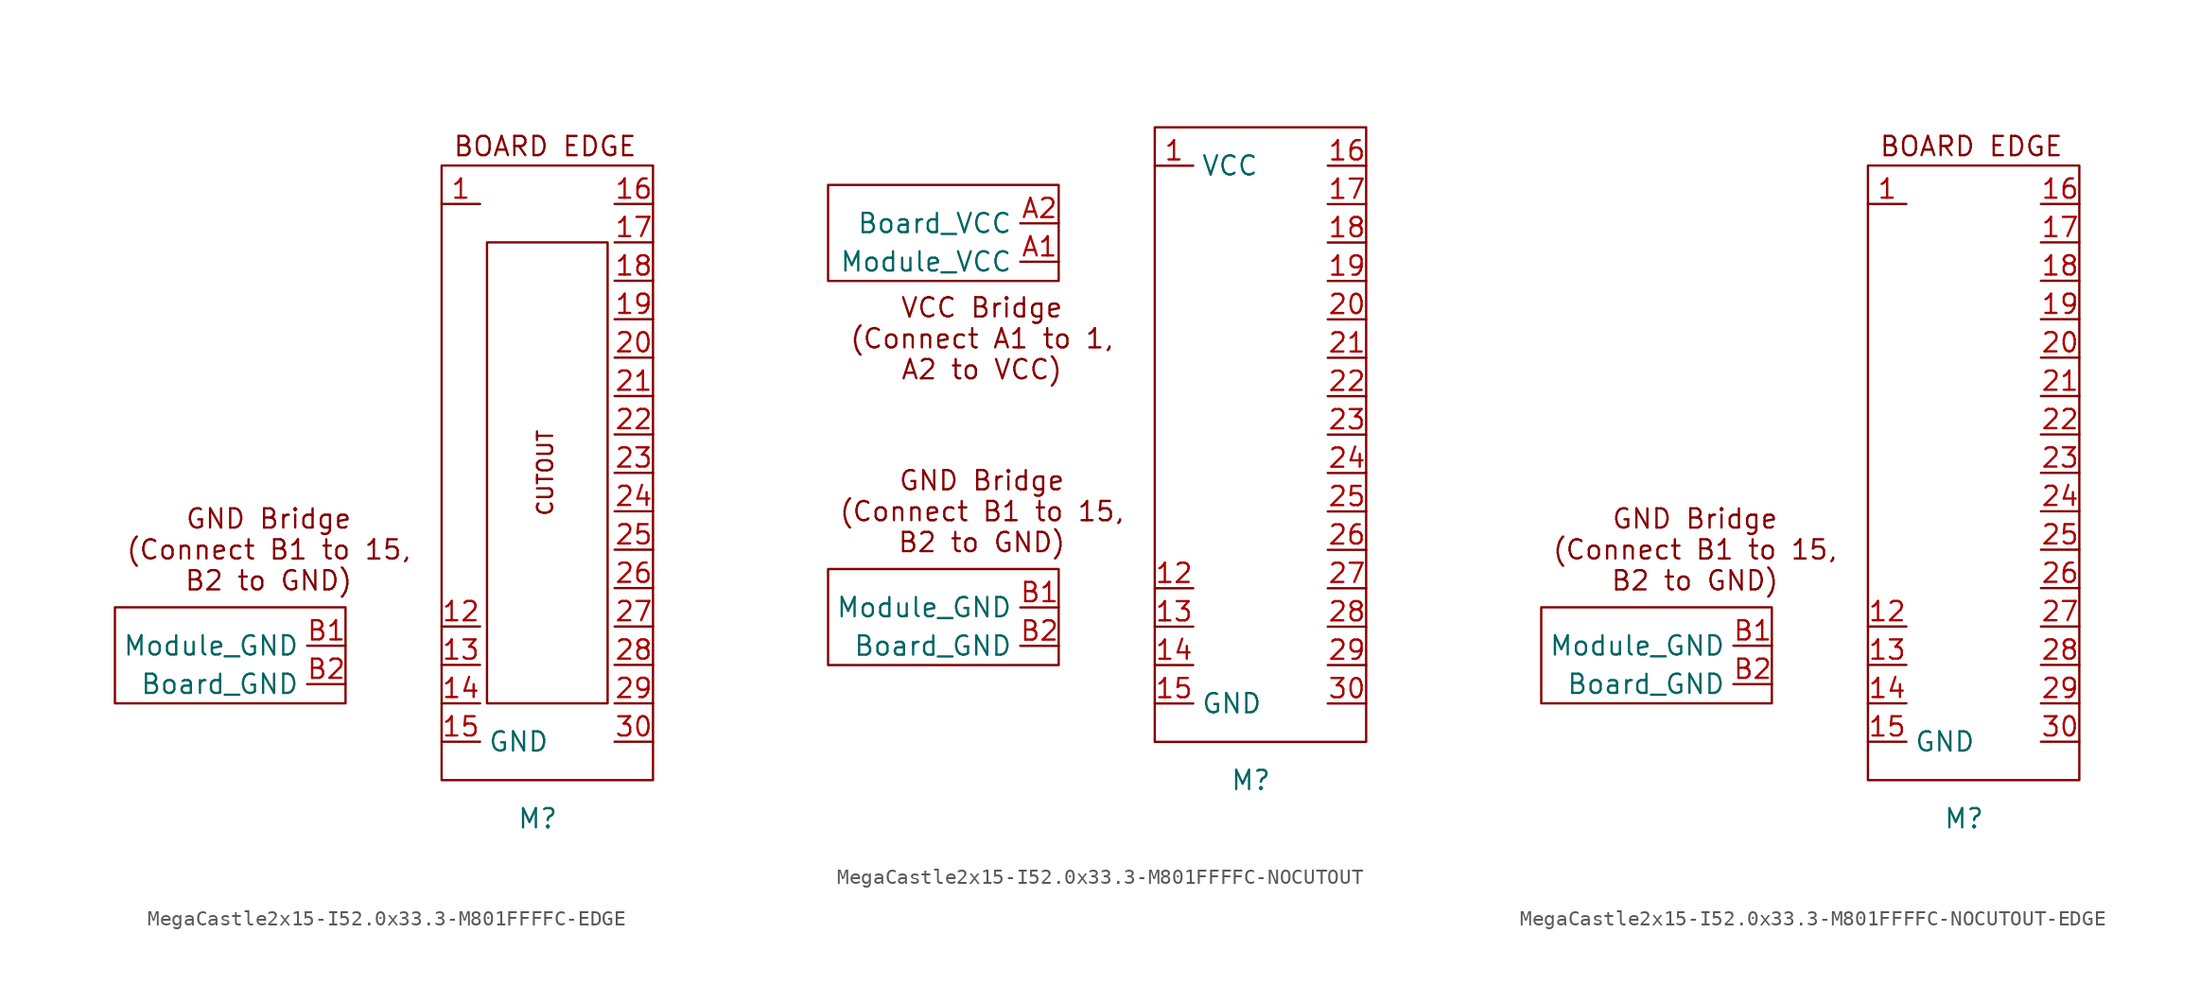
<source format=kicad_sym>
(kicad_symbol_lib
  (version 20241209)
  (generator "kicad_symbol_editor")
  (generator_version "9.0")
  (symbol "MegaCastle2x15-I52.0x33.3-M801FFFFC-EDGE"
    (property "Reference" "M"
      (at 0 -22.86 0)
      (effects (font (size 1.27 1.27))))
    (property "Value" ""
      (at 0 5.08 0)
      (effects (font (size 1.27 1.27))))
    (symbol "MegaCastle2x15-I52.0x33.3-M801FFFFC-EDGE_0_1"
      (rectangle (start -27.94 -8.89) (end -12.7 -15.24) (stroke (width 0) (type default)) (fill (type none)))
      (rectangle (start -6.35 20.32) (end 7.62 -20.32) (stroke (width 0) (type default)) (fill (type none)))
      (rectangle (start -3.35 15.24) (end 4.62 -15.24) (stroke (width 0) (type default)) (fill (type none))))
    (symbol "MegaCastle2x15-I52.0x33.3-M801FFFFC-EDGE_1_1"
      (text "GND Bridge\n(Connect B1 to 15,\nB2 to GND)" (at -17.78 -5.08 0) (effects (font (size 1.27 1.27))))
      (text " BOARD EDGE" (at 0 21.59 0) (effects (font (size 1.27 1.27))))
      (text "CUTOUT" (at 0.5 0 900) (effects (font (size 1 1))))
      (pin bidirectional line (at -12.7 -11.43 180) (length 2.54) (name "Module_GND" (effects (font (size 1.27 1.27)))) (number "B1" (effects (font (size 1.27 1.27)))))
      (pin bidirectional line (at -12.7 -13.97 180) (length 2.54) (name "Board_GND" (effects (font (size 1.27 1.27)))) (number "B2" (effects (font (size 1.27 1.27)))))
      (pin bidirectional line (at -6.35 17.78 0) (length 2.54) (name "" (effects (font (size 1.27 1.27)))) (number "1" (effects (font (size 1.27 1.27)))))
      (pin bidirectional line (at -6.35 -10.16 0) (length 2.54) (name "" (effects (font (size 1.27 1.27)))) (number "12" (effects (font (size 1.27 1.27)))))
      (pin bidirectional line (at -6.35 -12.7 0) (length 2.54) (name "" (effects (font (size 1.27 1.27)))) (number "13" (effects (font (size 1.27 1.27)))))
      (pin bidirectional line (at -6.35 -15.24 0) (length 2.54) (name "" (effects (font (size 1.27 1.27)))) (number "14" (effects (font (size 1.27 1.27)))))
      (pin bidirectional line (at -6.35 -17.78 0) (length 2.54) (name "GND" (effects (font (size 1.27 1.27)))) (number "15" (effects (font (size 1.27 1.27)))))
      (pin bidirectional line (at 7.62 17.78 180) (length 2.54) (name "" (effects (font (size 1.27 1.27)))) (number "16" (effects (font (size 1.27 1.27)))))
      (pin bidirectional line (at 7.62 15.24 180) (length 2.54) (name "" (effects (font (size 1.27 1.27)))) (number "17" (effects (font (size 1.27 1.27)))))
      (pin bidirectional line (at 7.62 12.7 180) (length 2.54) (name "" (effects (font (size 1.27 1.27)))) (number "18" (effects (font (size 1.27 1.27)))))
      (pin bidirectional line (at 7.62 10.16 180) (length 2.54) (name "" (effects (font (size 1.27 1.27)))) (number "19" (effects (font (size 1.27 1.27)))))
      (pin bidirectional line (at 7.62 7.62 180) (length 2.54) (name "" (effects (font (size 1.27 1.27)))) (number "20" (effects (font (size 1.27 1.27)))))
      (pin bidirectional line (at 7.62 5.08 180) (length 2.54) (name "" (effects (font (size 1.27 1.27)))) (number "21" (effects (font (size 1.27 1.27)))))
      (pin bidirectional line (at 7.62 2.54 180) (length 2.54) (name "" (effects (font (size 1.27 1.27)))) (number "22" (effects (font (size 1.27 1.27)))))
      (pin bidirectional line (at 7.62 0 180) (length 2.54) (name "" (effects (font (size 1.27 1.27)))) (number "23" (effects (font (size 1.27 1.27)))))
      (pin bidirectional line (at 7.62 -2.54 180) (length 2.54) (name "" (effects (font (size 1.27 1.27)))) (number "24" (effects (font (size 1.27 1.27)))))
      (pin bidirectional line (at 7.62 -5.08 180) (length 2.54) (name "" (effects (font (size 1.27 1.27)))) (number "25" (effects (font (size 1.27 1.27)))))
      (pin bidirectional line (at 7.62 -7.62 180) (length 2.54) (name "" (effects (font (size 1.27 1.27)))) (number "26" (effects (font (size 1.27 1.27)))))
      (pin bidirectional line (at 7.62 -10.16 180) (length 2.54) (name "" (effects (font (size 1.27 1.27)))) (number "27" (effects (font (size 1.27 1.27)))))
      (pin bidirectional line (at 7.62 -12.7 180) (length 2.54) (name "" (effects (font (size 1.27 1.27)))) (number "28" (effects (font (size 1.27 1.27)))))
      (pin bidirectional line (at 7.62 -15.24 180) (length 2.54) (name "" (effects (font (size 1.27 1.27)))) (number "29" (effects (font (size 1.27 1.27)))))
      (pin bidirectional line (at 7.62 -17.78 180) (length 2.54) (name "" (effects (font (size 1.27 1.27)))) (number "30" (effects (font (size 1.27 1.27)))))))
  (symbol "MegaCastle2x15-I52.0x33.3-M801FFFFC-NOCUTOUT"
    (property "Reference" "M"
      (at 0 -22.86 0)
      (effects (font (size 1.27 1.27))))
    (property "Value" ""
      (at 0 5.08 0)
      (effects (font (size 1.27 1.27))))
    (symbol "MegaCastle2x15-I52.0x33.3-M801FFFFC-NOCUTOUT_0_1"
      (rectangle (start -27.94 16.51) (end -12.7 10.16) (stroke (width 0) (type default)) (fill (type none)))
      (rectangle (start -27.94 -8.89) (end -12.7 -15.24) (stroke (width 0) (type default)) (fill (type none)))
      (rectangle (start -6.35 20.32) (end 7.62 -20.32) (stroke (width 0) (type default)) (fill (type none))))
    (symbol "MegaCastle2x15-I52.0x33.3-M801FFFFC-NOCUTOUT_1_1"
      (text "VCC Bridge\n(Connect A1 to 1,\nA2 to VCC)" (at -17.78 6.35 0) (effects (font (size 1.27 1.27))))
      (text "GND Bridge\n(Connect B1 to 15,\nB2 to GND)" (at -17.78 -5.08 0) (effects (font (size 1.27 1.27))))
      (pin bidirectional line (at -12.7 13.97 180) (length 2.54) (name "Board_VCC" (effects (font (size 1.27 1.27)))) (number "A2" (effects (font (size 1.27 1.27)))))
      (pin bidirectional line (at -12.7 11.43 180) (length 2.54) (name "Module_VCC" (effects (font (size 1.27 1.27)))) (number "A1" (effects (font (size 1.27 1.27)))))
      (pin bidirectional line (at -12.7 -11.43 180) (length 2.54) (name "Module_GND" (effects (font (size 1.27 1.27)))) (number "B1" (effects (font (size 1.27 1.27)))))
      (pin bidirectional line (at -12.7 -13.97 180) (length 2.54) (name "Board_GND" (effects (font (size 1.27 1.27)))) (number "B2" (effects (font (size 1.27 1.27)))))
      (pin bidirectional line (at -6.35 17.78 0) (length 2.54) (name "VCC" (effects (font (size 1.27 1.27)))) (number "1" (effects (font (size 1.27 1.27)))))
      (pin bidirectional line (at -6.35 -10.16 0) (length 2.54) (name "" (effects (font (size 1.27 1.27)))) (number "12" (effects (font (size 1.27 1.27)))))
      (pin bidirectional line (at -6.35 -12.7 0) (length 2.54) (name "" (effects (font (size 1.27 1.27)))) (number "13" (effects (font (size 1.27 1.27)))))
      (pin bidirectional line (at -6.35 -15.24 0) (length 2.54) (name "" (effects (font (size 1.27 1.27)))) (number "14" (effects (font (size 1.27 1.27)))))
      (pin bidirectional line (at -6.35 -17.78 0) (length 2.54) (name "GND" (effects (font (size 1.27 1.27)))) (number "15" (effects (font (size 1.27 1.27)))))
      (pin bidirectional line (at 7.62 17.78 180) (length 2.54) (name "" (effects (font (size 1.27 1.27)))) (number "16" (effects (font (size 1.27 1.27)))))
      (pin bidirectional line (at 7.62 15.24 180) (length 2.54) (name "" (effects (font (size 1.27 1.27)))) (number "17" (effects (font (size 1.27 1.27)))))
      (pin bidirectional line (at 7.62 12.7 180) (length 2.54) (name "" (effects (font (size 1.27 1.27)))) (number "18" (effects (font (size 1.27 1.27)))))
      (pin bidirectional line (at 7.62 10.16 180) (length 2.54) (name "" (effects (font (size 1.27 1.27)))) (number "19" (effects (font (size 1.27 1.27)))))
      (pin bidirectional line (at 7.62 7.62 180) (length 2.54) (name "" (effects (font (size 1.27 1.27)))) (number "20" (effects (font (size 1.27 1.27)))))
      (pin bidirectional line (at 7.62 5.08 180) (length 2.54) (name "" (effects (font (size 1.27 1.27)))) (number "21" (effects (font (size 1.27 1.27)))))
      (pin bidirectional line (at 7.62 2.54 180) (length 2.54) (name "" (effects (font (size 1.27 1.27)))) (number "22" (effects (font (size 1.27 1.27)))))
      (pin bidirectional line (at 7.62 0 180) (length 2.54) (name "" (effects (font (size 1.27 1.27)))) (number "23" (effects (font (size 1.27 1.27)))))
      (pin bidirectional line (at 7.62 -2.54 180) (length 2.54) (name "" (effects (font (size 1.27 1.27)))) (number "24" (effects (font (size 1.27 1.27)))))
      (pin bidirectional line (at 7.62 -5.08 180) (length 2.54) (name "" (effects (font (size 1.27 1.27)))) (number "25" (effects (font (size 1.27 1.27)))))
      (pin bidirectional line (at 7.62 -7.62 180) (length 2.54) (name "" (effects (font (size 1.27 1.27)))) (number "26" (effects (font (size 1.27 1.27)))))
      (pin bidirectional line (at 7.62 -10.16 180) (length 2.54) (name "" (effects (font (size 1.27 1.27)))) (number "27" (effects (font (size 1.27 1.27)))))
      (pin bidirectional line (at 7.62 -12.7 180) (length 2.54) (name "" (effects (font (size 1.27 1.27)))) (number "28" (effects (font (size 1.27 1.27)))))
      (pin bidirectional line (at 7.62 -15.24 180) (length 2.54) (name "" (effects (font (size 1.27 1.27)))) (number "29" (effects (font (size 1.27 1.27)))))
      (pin bidirectional line (at 7.62 -17.78 180) (length 2.54) (name "" (effects (font (size 1.27 1.27)))) (number "30" (effects (font (size 1.27 1.27)))))))
  (symbol "MegaCastle2x15-I52.0x33.3-M801FFFFC-NOCUTOUT-EDGE"
    (property "Reference" "M"
      (at 0 -22.86 0)
      (effects (font (size 1.27 1.27))))
    (property "Value" ""
      (at 0 5.08 0)
      (effects (font (size 1.27 1.27))))
    (symbol "MegaCastle2x15-I52.0x33.3-M801FFFFC-NOCUTOUT-EDGE_0_1"
      (rectangle (start -27.94 -8.89) (end -12.7 -15.24) (stroke (width 0) (type default)) (fill (type none)))
      (rectangle (start -6.35 20.32) (end 7.62 -20.32) (stroke (width 0) (type default)) (fill (type none))))
    (symbol "MegaCastle2x15-I52.0x33.3-M801FFFFC-NOCUTOUT-EDGE_1_1"
      (text "GND Bridge\n(Connect B1 to 15,\nB2 to GND)" (at -17.78 -5.08 0) (effects (font (size 1.27 1.27))))
      (text " BOARD EDGE" (at 0 21.59 0) (effects (font (size 1.27 1.27))))
      (pin bidirectional line (at -12.7 -11.43 180) (length 2.54) (name "Module_GND" (effects (font (size 1.27 1.27)))) (number "B1" (effects (font (size 1.27 1.27)))))
      (pin bidirectional line (at -12.7 -13.97 180) (length 2.54) (name "Board_GND" (effects (font (size 1.27 1.27)))) (number "B2" (effects (font (size 1.27 1.27)))))
      (pin bidirectional line (at -6.35 17.78 0) (length 2.54) (name "" (effects (font (size 1.27 1.27)))) (number "1" (effects (font (size 1.27 1.27)))))
      (pin bidirectional line (at -6.35 -10.16 0) (length 2.54) (name "" (effects (font (size 1.27 1.27)))) (number "12" (effects (font (size 1.27 1.27)))))
      (pin bidirectional line (at -6.35 -12.7 0) (length 2.54) (name "" (effects (font (size 1.27 1.27)))) (number "13" (effects (font (size 1.27 1.27)))))
      (pin bidirectional line (at -6.35 -15.24 0) (length 2.54) (name "" (effects (font (size 1.27 1.27)))) (number "14" (effects (font (size 1.27 1.27)))))
      (pin bidirectional line (at -6.35 -17.78 0) (length 2.54) (name "GND" (effects (font (size 1.27 1.27)))) (number "15" (effects (font (size 1.27 1.27)))))
      (pin bidirectional line (at 7.62 17.78 180) (length 2.54) (name "" (effects (font (size 1.27 1.27)))) (number "16" (effects (font (size 1.27 1.27)))))
      (pin bidirectional line (at 7.62 15.24 180) (length 2.54) (name "" (effects (font (size 1.27 1.27)))) (number "17" (effects (font (size 1.27 1.27)))))
      (pin bidirectional line (at 7.62 12.7 180) (length 2.54) (name "" (effects (font (size 1.27 1.27)))) (number "18" (effects (font (size 1.27 1.27)))))
      (pin bidirectional line (at 7.62 10.16 180) (length 2.54) (name "" (effects (font (size 1.27 1.27)))) (number "19" (effects (font (size 1.27 1.27)))))
      (pin bidirectional line (at 7.62 7.62 180) (length 2.54) (name "" (effects (font (size 1.27 1.27)))) (number "20" (effects (font (size 1.27 1.27)))))
      (pin bidirectional line (at 7.62 5.08 180) (length 2.54) (name "" (effects (font (size 1.27 1.27)))) (number "21" (effects (font (size 1.27 1.27)))))
      (pin bidirectional line (at 7.62 2.54 180) (length 2.54) (name "" (effects (font (size 1.27 1.27)))) (number "22" (effects (font (size 1.27 1.27)))))
      (pin bidirectional line (at 7.62 0 180) (length 2.54) (name "" (effects (font (size 1.27 1.27)))) (number "23" (effects (font (size 1.27 1.27)))))
      (pin bidirectional line (at 7.62 -2.54 180) (length 2.54) (name "" (effects (font (size 1.27 1.27)))) (number "24" (effects (font (size 1.27 1.27)))))
      (pin bidirectional line (at 7.62 -5.08 180) (length 2.54) (name "" (effects (font (size 1.27 1.27)))) (number "25" (effects (font (size 1.27 1.27)))))
      (pin bidirectional line (at 7.62 -7.62 180) (length 2.54) (name "" (effects (font (size 1.27 1.27)))) (number "26" (effects (font (size 1.27 1.27)))))
      (pin bidirectional line (at 7.62 -10.16 180) (length 2.54) (name "" (effects (font (size 1.27 1.27)))) (number "27" (effects (font (size 1.27 1.27)))))
      (pin bidirectional line (at 7.62 -12.7 180) (length 2.54) (name "" (effects (font (size 1.27 1.27)))) (number "28" (effects (font (size 1.27 1.27)))))
      (pin bidirectional line (at 7.62 -15.24 180) (length 2.54) (name "" (effects (font (size 1.27 1.27)))) (number "29" (effects (font (size 1.27 1.27)))))
      (pin bidirectional line (at 7.62 -17.78 180) (length 2.54) (name "" (effects (font (size 1.27 1.27)))) (number "30" (effects (font (size 1.27 1.27))))))))
</source>
